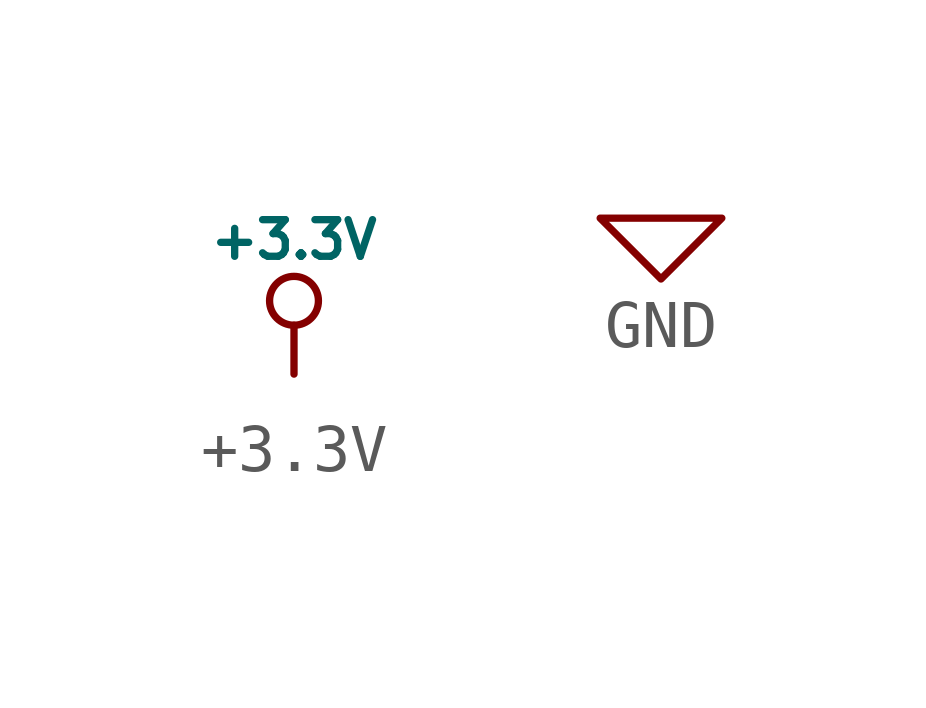
<source format=kicad_sym>
(kicad_symbol_lib
  (version 20220914)
  (generator kicad_symbol_editor)
  (symbol "+3.3V"
    (power)
    (pin_names
      (offset 0))
    (property "Reference" "#PWR"
      (at 0 -1.016 0)
      (effects (font (size 0.762 0.762)) hide))
    (property "Value" "+3.3V"
      (at 0 2.794 0)
      (effects (font (size 0.762 0.762))))
    (property "Footprint" ""
      (at 0 0 0)
      (effects (font (size 1.524 1.524))))
    (property "Datasheet" ""
      (at 0 0 0)
      (effects (font (size 1.524 1.524))))
    (symbol "+3.3V_0_0"
      (pin power_in line (at 0 0 90) (length 0) hide (name "+3.3V" (effects (font (size 0.762 0.762)))) (number "1" (effects (font (size 0.762 0.762))))))
    (symbol "+3.3V_0_1"
      (polyline (pts (xy 0 0) (xy 0 1.016) (xy 0 1.016)) (stroke (width 0) (type solid)) (fill (type none)))
      (circle (center 0 1.524) (radius 0.508) (stroke (width 0) (type solid)) (fill (type none)))))
  (symbol "GND"
    (power)
    (pin_names
      (offset 0))
    (property "Reference" "#PWR"
      (at 0 0 0)
      (effects (font (size 0.762 0.762)) hide))
    (property "Footprint" ""
      (at 0 0 0)
      (effects (font (size 1.524 1.524))))
    (property "Datasheet" ""
      (at 0 0 0)
      (effects (font (size 1.524 1.524))))
    (symbol "GND_0_1"
      (polyline (pts (xy -1.27 0) (xy 0 -1.27) (xy 1.27 0) (xy -1.27 0)) (stroke (width 0) (type solid)) (fill (type none))))
    (symbol "GND_1_1"
      (pin power_in line (at 0 0 90) (length 0) hide (name "GND" (effects (font (size 0.762 0.762)))) (number "1" (effects (font (size 0.762 0.762))))))))
</source>
